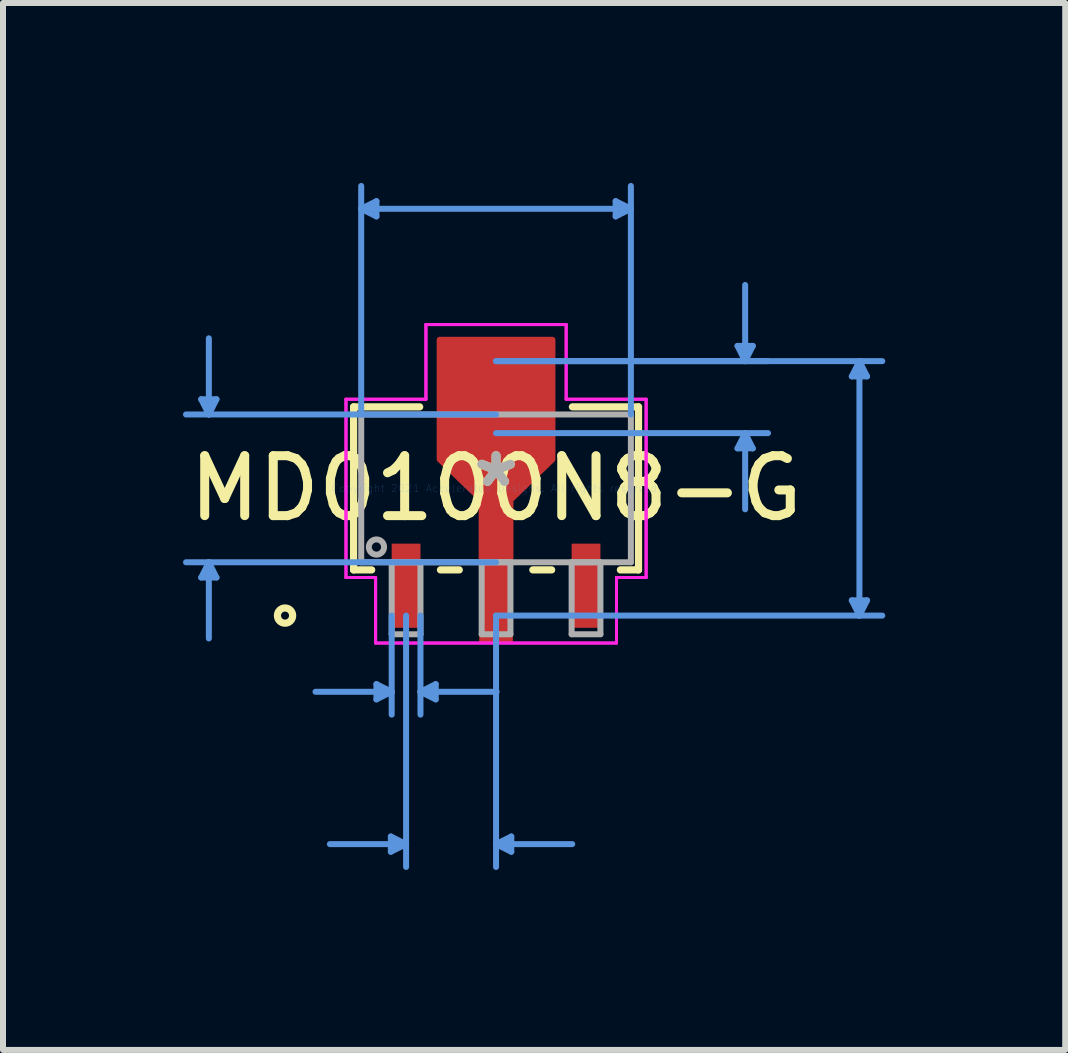
<source format=kicad_pcb>
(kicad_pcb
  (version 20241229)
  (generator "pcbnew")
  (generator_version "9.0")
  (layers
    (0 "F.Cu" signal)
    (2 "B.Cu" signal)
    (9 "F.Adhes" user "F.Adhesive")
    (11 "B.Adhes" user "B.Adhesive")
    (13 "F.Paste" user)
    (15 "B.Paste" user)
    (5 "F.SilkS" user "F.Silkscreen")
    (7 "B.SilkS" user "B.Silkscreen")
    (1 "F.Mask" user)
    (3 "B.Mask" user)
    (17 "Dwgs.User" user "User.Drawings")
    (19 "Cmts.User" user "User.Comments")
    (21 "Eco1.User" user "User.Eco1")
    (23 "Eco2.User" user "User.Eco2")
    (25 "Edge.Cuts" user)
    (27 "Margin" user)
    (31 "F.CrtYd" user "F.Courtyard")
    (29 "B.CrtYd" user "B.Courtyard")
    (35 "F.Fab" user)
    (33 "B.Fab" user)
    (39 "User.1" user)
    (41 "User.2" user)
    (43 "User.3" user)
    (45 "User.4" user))
  (footprint "MD0100N8-G"
    (layer "F.Cu")
    (at 5.22 5.092)
    (property "Reference" "MD0100N8-G" (at 0 0 0) (layer "F.SilkS") (effects (font (size 1 1) (thickness 0.15))))
    (attr through_hole)
    (fp_poly (pts (xy -0.24 1.232) (xy -0.24 0.191) (xy -0.94 -0.484) (xy -0.94 -2.477) (xy -0.483 -2.477) (xy 0.483 -2.477) (xy 0.94 -2.477) (xy 0.94 -0.484) (xy 0.24 0.191) (xy 0.24 1.232)) (stroke (width 0.1) (type solid)) (fill yes) (layer "F.Cu"))
    (fp_poly (pts (xy -0.24 1.232) (xy -0.24 0.191) (xy -0.94 -0.484) (xy -0.94 -2.477) (xy 0.94 -2.477) (xy 0.94 -0.484) (xy 0.24 0.191) (xy 0.24 1.232)) (stroke (width 0.1) (type solid)) (fill yes) (layer "F.Mask"))
    (fp_line (start -2.375 -1.359) (end -2.375 1.359) (stroke (width 0.12) (type solid)) (layer "F.SilkS"))
    (fp_line (start -2.375 1.359) (end -2.073 1.359) (stroke (width 0.12) (type solid)) (layer "F.SilkS"))
    (fp_line (start -1.273 -1.359) (end -2.375 -1.359) (stroke (width 0.12) (type solid)) (layer "F.SilkS"))
    (fp_line (start -0.927 1.359) (end -0.613 1.359) (stroke (width 0.12) (type solid)) (layer "F.SilkS"))
    (fp_line (start 0.613 1.359) (end 0.927 1.359) (stroke (width 0.12) (type solid)) (layer "F.SilkS"))
    (fp_line (start 2.073 1.359) (end 2.375 1.359) (stroke (width 0.12) (type solid)) (layer "F.SilkS"))
    (fp_line (start 2.375 -1.359) (end 1.273 -1.359) (stroke (width 0.12) (type solid)) (layer "F.SilkS"))
    (fp_line (start 2.375 1.359) (end 2.375 -1.359) (stroke (width 0.12) (type solid)) (layer "F.SilkS"))
    (fp_circle (center -3.518 2.121) (end -3.391 2.121) (stroke (width 0.12) (type solid)) (fill no) (layer "F.SilkS"))
    (fp_poly (pts (xy -0.24 1.232) (xy -0.24 0.191) (xy -0.94 -0.484) (xy -0.94 -2.477) (xy 0.94 -2.477) (xy 0.94 -0.484) (xy 0.24 0.191) (xy 0.24 1.232)) (stroke (width 0.1) (type solid)) (fill yes) (layer "F.Paste"))
    (fp_line (start -4.915 -1.486) (end -4.661 -1.486) (stroke (width 0.1) (type solid)) (layer "Cmts.User"))
    (fp_line (start -4.915 1.486) (end -4.661 1.486) (stroke (width 0.1) (type solid)) (layer "Cmts.User"))
    (fp_line (start -4.788 -1.232) (end -4.915 -1.486) (stroke (width 0.1) (type solid)) (layer "Cmts.User"))
    (fp_line (start -4.788 -1.232) (end -4.788 -2.502) (stroke (width 0.1) (type solid)) (layer "Cmts.User"))
    (fp_line (start -4.788 -1.232) (end -4.661 -1.486) (stroke (width 0.1) (type solid)) (layer "Cmts.User"))
    (fp_line (start -4.788 1.232) (end -4.915 1.486) (stroke (width 0.1) (type solid)) (layer "Cmts.User"))
    (fp_line (start -4.788 1.232) (end -4.788 2.502) (stroke (width 0.1) (type solid)) (layer "Cmts.User"))
    (fp_line (start -4.788 1.232) (end -4.661 1.486) (stroke (width 0.1) (type solid)) (layer "Cmts.User"))
    (fp_line (start -2.248 -4.661) (end -1.994 -4.788) (stroke (width 0.1) (type solid)) (layer "Cmts.User"))
    (fp_line (start -2.248 -4.661) (end -1.994 -4.534) (stroke (width 0.1) (type solid)) (layer "Cmts.User"))
    (fp_line (start -2.248 -4.661) (end 2.248 -4.661) (stroke (width 0.1) (type solid)) (layer "Cmts.User"))
    (fp_line (start -2.248 -1.232) (end -2.248 -5.042) (stroke (width 0.1) (type solid)) (layer "Cmts.User"))
    (fp_line (start -1.994 3.264) (end -1.994 3.518) (stroke (width 0.1) (type solid)) (layer "Cmts.User"))
    (fp_line (start -1.994 -4.788) (end -1.994 -4.534) (stroke (width 0.1) (type solid)) (layer "Cmts.User"))
    (fp_line (start -1.754 5.804) (end -1.754 6.058) (stroke (width 0.1) (type solid)) (layer "Cmts.User"))
    (fp_line (start -1.74 2.121) (end -1.74 3.772) (stroke (width 0.1) (type solid)) (layer "Cmts.User"))
    (fp_line (start -1.74 3.391) (end -3.01 3.391) (stroke (width 0.1) (type solid)) (layer "Cmts.User"))
    (fp_line (start -1.74 3.391) (end -1.994 3.264) (stroke (width 0.1) (type solid)) (layer "Cmts.User"))
    (fp_line (start -1.74 3.391) (end -1.994 3.518) (stroke (width 0.1) (type solid)) (layer "Cmts.User"))
    (fp_line (start -1.5 2.121) (end -1.5 6.312) (stroke (width 0.1) (type solid)) (layer "Cmts.User"))
    (fp_line (start -1.5 5.931) (end -2.77 5.931) (stroke (width 0.1) (type solid)) (layer "Cmts.User"))
    (fp_line (start -1.5 5.931) (end -1.754 5.804) (stroke (width 0.1) (type solid)) (layer "Cmts.User"))
    (fp_line (start -1.5 5.931) (end -1.754 6.058) (stroke (width 0.1) (type solid)) (layer "Cmts.User"))
    (fp_line (start -1.26 2.121) (end -1.26 3.772) (stroke (width 0.1) (type solid)) (layer "Cmts.User"))
    (fp_line (start -1.26 3.391) (end -1.006 3.264) (stroke (width 0.1) (type solid)) (layer "Cmts.User"))
    (fp_line (start -1.26 3.391) (end -1.006 3.518) (stroke (width 0.1) (type solid)) (layer "Cmts.User"))
    (fp_line (start -1.26 3.391) (end 0.01 3.391) (stroke (width 0.1) (type solid)) (layer "Cmts.User"))
    (fp_line (start -1.006 3.264) (end -1.006 3.518) (stroke (width 0.1) (type solid)) (layer "Cmts.User"))
    (fp_line (start 0 -2.121) (end 4.534 -2.121) (stroke (width 0.1) (type solid)) (layer "Cmts.User"))
    (fp_line (start 0 -2.121) (end 6.439 -2.121) (stroke (width 0.1) (type solid)) (layer "Cmts.User"))
    (fp_line (start 0 -1.232) (end -5.169 -1.232) (stroke (width 0.1) (type solid)) (layer "Cmts.User"))
    (fp_line (start 0 -0.921) (end 4.534 -0.921) (stroke (width 0.1) (type solid)) (layer "Cmts.User"))
    (fp_line (start 0 1.232) (end -5.169 1.232) (stroke (width 0.1) (type solid)) (layer "Cmts.User"))
    (fp_line (start 0 2.121) (end 0 6.312) (stroke (width 0.1) (type solid)) (layer "Cmts.User"))
    (fp_line (start 0 2.121) (end 6.439 2.121) (stroke (width 0.1) (type solid)) (layer "Cmts.User"))
    (fp_line (start 0 5.931) (end 0.254 5.804) (stroke (width 0.1) (type solid)) (layer "Cmts.User"))
    (fp_line (start 0 5.931) (end 0.254 6.058) (stroke (width 0.1) (type solid)) (layer "Cmts.User"))
    (fp_line (start 0 5.931) (end 1.27 5.931) (stroke (width 0.1) (type solid)) (layer "Cmts.User"))
    (fp_line (start 0.254 5.804) (end 0.254 6.058) (stroke (width 0.1) (type solid)) (layer "Cmts.User"))
    (fp_line (start 1.994 -4.788) (end 1.994 -4.534) (stroke (width 0.1) (type solid)) (layer "Cmts.User"))
    (fp_line (start 2.248 -4.661) (end 1.994 -4.788) (stroke (width 0.1) (type solid)) (layer "Cmts.User"))
    (fp_line (start 2.248 -4.661) (end 1.994 -4.534) (stroke (width 0.1) (type solid)) (layer "Cmts.User"))
    (fp_line (start 2.248 -1.232) (end 2.248 -5.042) (stroke (width 0.1) (type solid)) (layer "Cmts.User"))
    (fp_line (start 4.026 -2.375) (end 4.28 -2.375) (stroke (width 0.1) (type solid)) (layer "Cmts.User"))
    (fp_line (start 4.026 -0.667) (end 4.28 -0.667) (stroke (width 0.1) (type solid)) (layer "Cmts.User"))
    (fp_line (start 4.153 -2.121) (end 4.026 -2.375) (stroke (width 0.1) (type solid)) (layer "Cmts.User"))
    (fp_line (start 4.153 -2.121) (end 4.153 -3.391) (stroke (width 0.1) (type solid)) (layer "Cmts.User"))
    (fp_line (start 4.153 -2.121) (end 4.28 -2.375) (stroke (width 0.1) (type solid)) (layer "Cmts.User"))
    (fp_line (start 4.153 -0.921) (end 4.026 -0.667) (stroke (width 0.1) (type solid)) (layer "Cmts.User"))
    (fp_line (start 4.153 -0.921) (end 4.153 0.349) (stroke (width 0.1) (type solid)) (layer "Cmts.User"))
    (fp_line (start 4.153 -0.921) (end 4.28 -0.667) (stroke (width 0.1) (type solid)) (layer "Cmts.User"))
    (fp_line (start 5.931 -1.867) (end 6.185 -1.867) (stroke (width 0.1) (type solid)) (layer "Cmts.User"))
    (fp_line (start 5.931 1.867) (end 6.185 1.867) (stroke (width 0.1) (type solid)) (layer "Cmts.User"))
    (fp_line (start 6.058 -2.121) (end 5.931 -1.867) (stroke (width 0.1) (type solid)) (layer "Cmts.User"))
    (fp_line (start 6.058 -2.121) (end 6.058 2.121) (stroke (width 0.1) (type solid)) (layer "Cmts.User"))
    (fp_line (start 6.058 -2.121) (end 6.185 -1.867) (stroke (width 0.1) (type solid)) (layer "Cmts.User"))
    (fp_line (start 6.058 2.121) (end 5.931 1.867) (stroke (width 0.1) (type solid)) (layer "Cmts.User"))
    (fp_line (start 6.058 2.121) (end 6.185 1.867) (stroke (width 0.1) (type solid)) (layer "Cmts.User"))
    (fp_line (start -2.502 -1.486) (end -1.169 -1.486) (stroke (width 0.05) (type solid)) (layer "F.CrtYd"))
    (fp_line (start -2.502 -1.486) (end -1.169 -1.486) (stroke (width 0.05) (type solid)) (layer "F.CrtYd"))
    (fp_line (start -2.502 1.486) (end -2.502 -1.486) (stroke (width 0.05) (type solid)) (layer "F.CrtYd"))
    (fp_line (start -2.502 1.486) (end -2.502 -1.486) (stroke (width 0.05) (type solid)) (layer "F.CrtYd"))
    (fp_line (start -2.008 1.486) (end -2.502 1.486) (stroke (width 0.05) (type solid)) (layer "F.CrtYd"))
    (fp_line (start -2.008 1.486) (end -2.502 1.486) (stroke (width 0.05) (type solid)) (layer "F.CrtYd"))
    (fp_line (start -2.008 2.578) (end -2.008 1.486) (stroke (width 0.05) (type solid)) (layer "F.CrtYd"))
    (fp_line (start -2.008 2.578) (end -2.008 1.486) (stroke (width 0.05) (type solid)) (layer "F.CrtYd"))
    (fp_line (start -1.169 -2.731) (end 1.169 -2.731) (stroke (width 0.05) (type solid)) (layer "F.CrtYd"))
    (fp_line (start -1.169 -2.731) (end 1.169 -2.731) (stroke (width 0.05) (type solid)) (layer "F.CrtYd"))
    (fp_line (start -1.169 -1.486) (end -1.169 -2.731) (stroke (width 0.05) (type solid)) (layer "F.CrtYd"))
    (fp_line (start -1.169 -1.486) (end -1.169 -2.731) (stroke (width 0.05) (type solid)) (layer "F.CrtYd"))
    (fp_line (start 1.169 -2.731) (end 1.169 -1.486) (stroke (width 0.05) (type solid)) (layer "F.CrtYd"))
    (fp_line (start 1.169 -2.731) (end 1.169 -1.486) (stroke (width 0.05) (type solid)) (layer "F.CrtYd"))
    (fp_line (start 1.169 -1.486) (end 2.502 -1.486) (stroke (width 0.05) (type solid)) (layer "F.CrtYd"))
    (fp_line (start 1.169 -1.486) (end 2.502 -1.486) (stroke (width 0.05) (type solid)) (layer "F.CrtYd"))
    (fp_line (start 2.008 1.486) (end 2.008 2.578) (stroke (width 0.05) (type solid)) (layer "F.CrtYd"))
    (fp_line (start 2.008 1.486) (end 2.008 2.578) (stroke (width 0.05) (type solid)) (layer "F.CrtYd"))
    (fp_line (start 2.008 2.578) (end -2.008 2.578) (stroke (width 0.05) (type solid)) (layer "F.CrtYd"))
    (fp_line (start 2.008 2.578) (end -2.008 2.578) (stroke (width 0.05) (type solid)) (layer "F.CrtYd"))
    (fp_line (start 2.502 -1.486) (end 2.502 1.486) (stroke (width 0.05) (type solid)) (layer "F.CrtYd"))
    (fp_line (start 2.502 -1.486) (end 2.502 1.486) (stroke (width 0.05) (type solid)) (layer "F.CrtYd"))
    (fp_line (start 2.502 1.486) (end 2.008 1.486) (stroke (width 0.05) (type solid)) (layer "F.CrtYd"))
    (fp_line (start 2.502 1.486) (end 2.008 1.486) (stroke (width 0.05) (type solid)) (layer "F.CrtYd"))
    (fp_line (start -2.248 -1.232) (end -2.248 1.232) (stroke (width 0.1) (type solid)) (layer "F.Fab"))
    (fp_line (start -2.248 1.232) (end 2.248 1.232) (stroke (width 0.1) (type solid)) (layer "F.Fab"))
    (fp_line (start -1.74 1.232) (end -1.74 2.432) (stroke (width 0.1) (type solid)) (layer "F.Fab"))
    (fp_line (start -1.74 2.432) (end -1.26 2.432) (stroke (width 0.1) (type solid)) (layer "F.Fab"))
    (fp_line (start -1.26 1.232) (end -1.74 1.232) (stroke (width 0.1) (type solid)) (layer "F.Fab"))
    (fp_line (start -1.26 2.432) (end -1.26 1.232) (stroke (width 0.1) (type solid)) (layer "F.Fab"))
    (fp_line (start -0.24 1.232) (end -0.24 2.432) (stroke (width 0.1) (type solid)) (layer "F.Fab"))
    (fp_line (start -0.24 2.432) (end 0.24 2.432) (stroke (width 0.1) (type solid)) (layer "F.Fab"))
    (fp_line (start 0.24 1.232) (end -0.24 1.232) (stroke (width 0.1) (type solid)) (layer "F.Fab"))
    (fp_line (start 0.24 2.432) (end 0.24 1.232) (stroke (width 0.1) (type solid)) (layer "F.Fab"))
    (fp_line (start 1.26 1.232) (end 1.26 2.432) (stroke (width 0.1) (type solid)) (layer "F.Fab"))
    (fp_line (start 1.26 2.432) (end 1.74 2.432) (stroke (width 0.1) (type solid)) (layer "F.Fab"))
    (fp_line (start 1.74 1.232) (end 1.26 1.232) (stroke (width 0.1) (type solid)) (layer "F.Fab"))
    (fp_line (start 1.74 2.432) (end 1.74 1.232) (stroke (width 0.1) (type solid)) (layer "F.Fab"))
    (fp_line (start 2.248 -1.232) (end -2.248 -1.232) (stroke (width 0.1) (type solid)) (layer "F.Fab"))
    (fp_line (start 2.248 1.232) (end 2.248 -1.232) (stroke (width 0.1) (type solid)) (layer "F.Fab"))
    (fp_circle (center -1.994 0.978) (end -1.867 0.978) (stroke (width 0.1) (type solid)) (fill no) (layer "F.Fab"))
    (fp_text user "*" (at 0 0 0) (layer "F.SilkS") (effects (font (size 1 1) (thickness 0.15))))
    (fp_text user "Copyright 2021 Accelerated Designs. All rights reserved." (at 0 0 0) (layer "Cmts.User") (effects (font (size 0.127 0.127) (thickness 0.002))))
    (fp_text user "*" (at 0 0 0) (layer "F.Fab") (effects (font (size 1 1) (thickness 0.15))))
    (pad "1" smd rect (at -1.5 1.623) (size 0.48 1.403) (layers "F.Cu" "F.Mask" "F.Paste"))
    (pad "2" smd rect (at 0 1.623) (size 0.56 1.9) (layers "F.Cu" "F.Mask" "F.Paste"))
    (pad "3" smd rect (at 1.5 1.623) (size 0.48 1.403) (layers "F.Cu" "F.Mask" "F.Paste")))
  (gr_rect
    (start -3 -3)
    (end 14.709 14.454)
    (stroke (width 0.1) (type default))
    (fill no)
    (layer "Edge.Cuts")))
</source>
